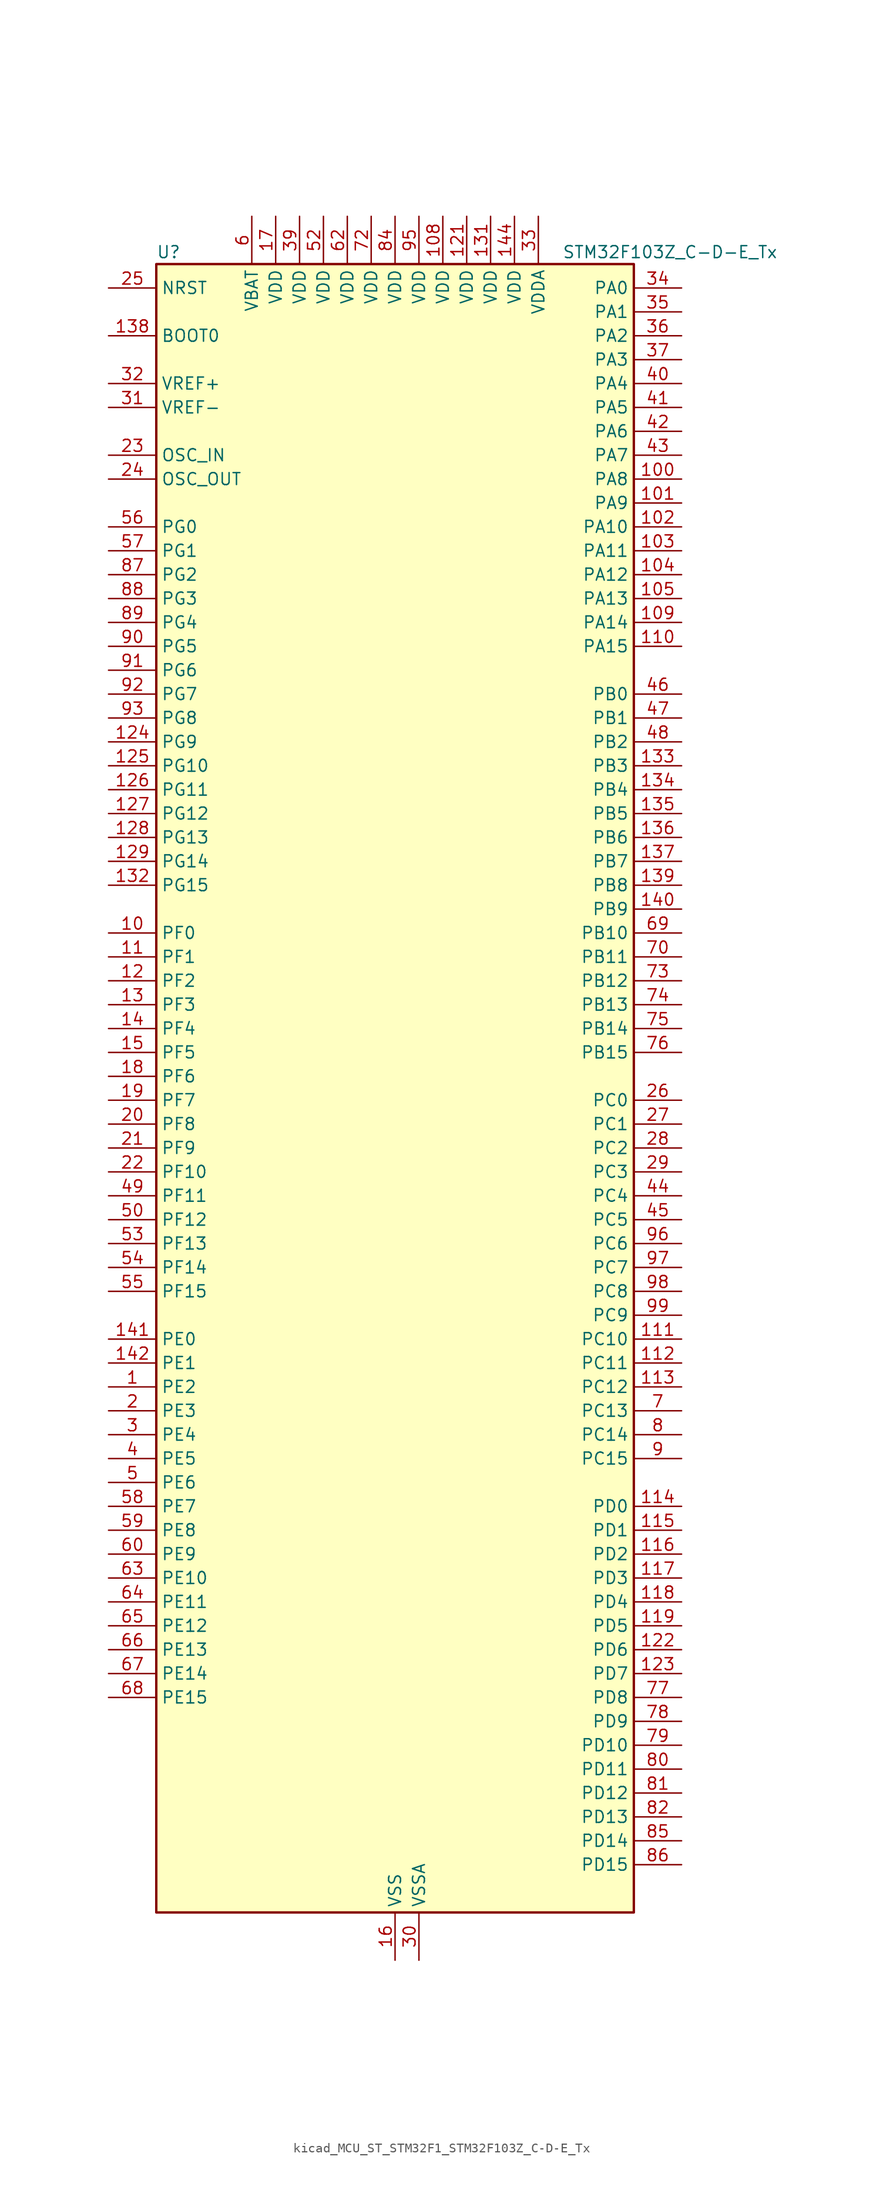
<source format=kicad_sym>
(kicad_symbol_lib
  (version 20220914)
  (generator kicad_symbol_editor)
  (symbol "kicad_MCU_ST_STM32F1_STM32F103Z_C-D-E_Tx"
    (property "Reference" "U"
      (at -25.4 90.17 0)
      (effects (font (size 1.27 1.27)) (justify left)))
    (property "Value" "STM32F103Z_C-D-E_Tx"
      (at 17.78 90.17 0)
      (effects (font (size 1.27 1.27)) (justify left)))
    (property "ki_locked" ""
      (at 0 0 0)
      (effects (font (size 1.27 1.27))))
    (symbol "kicad_MCU_ST_STM32F1_STM32F103Z_C-D-E_Tx_0_1"
      (rectangle (start -25.4 -86.36) (end 25.4 88.9) (stroke (width 0.254) (type default)) (fill (type background))))
    (symbol "kicad_MCU_ST_STM32F1_STM32F103Z_C-D-E_Tx_1_1"
      (pin bidirectional line (at -30.48 -30.48 0) (length 5.08) (name "PE2" (effects (font (size 1.27 1.27)))) (number "1" (effects (font (size 1.27 1.27)))) (alternate "FSMC_A23" bidirectional line) (alternate "SYS_TRACECLK" bidirectional line))
      (pin bidirectional line (at -30.48 17.78 0) (length 5.08) (name "PF0" (effects (font (size 1.27 1.27)))) (number "10" (effects (font (size 1.27 1.27)))) (alternate "FSMC_A0" bidirectional line))
      (pin bidirectional line (at 30.48 66.04 180) (length 5.08) (name "PA8" (effects (font (size 1.27 1.27)))) (number "100" (effects (font (size 1.27 1.27)))) (alternate "RCC_MCO" bidirectional line) (alternate "TIM1_CH1" bidirectional line) (alternate "USART1_CK" bidirectional line))
      (pin bidirectional line (at 30.48 63.5 180) (length 5.08) (name "PA9" (effects (font (size 1.27 1.27)))) (number "101" (effects (font (size 1.27 1.27)))) (alternate "DAC_EXTI9" bidirectional line) (alternate "TIM1_CH2" bidirectional line) (alternate "USART1_TX" bidirectional line))
      (pin bidirectional line (at 30.48 60.96 180) (length 5.08) (name "PA10" (effects (font (size 1.27 1.27)))) (number "102" (effects (font (size 1.27 1.27)))) (alternate "TIM1_CH3" bidirectional line) (alternate "USART1_RX" bidirectional line))
      (pin bidirectional line (at 30.48 58.42 180) (length 5.08) (name "PA11" (effects (font (size 1.27 1.27)))) (number "103" (effects (font (size 1.27 1.27)))) (alternate "ADC1_EXTI11" bidirectional line) (alternate "ADC2_EXTI11" bidirectional line) (alternate "CAN_RX" bidirectional line) (alternate "TIM1_CH4" bidirectional line) (alternate "USART1_CTS" bidirectional line) (alternate "USB_DM" bidirectional line))
      (pin bidirectional line (at 30.48 55.88 180) (length 5.08) (name "PA12" (effects (font (size 1.27 1.27)))) (number "104" (effects (font (size 1.27 1.27)))) (alternate "CAN_TX" bidirectional line) (alternate "TIM1_ETR" bidirectional line) (alternate "USART1_RTS" bidirectional line) (alternate "USB_DP" bidirectional line))
      (pin bidirectional line (at 30.48 53.34 180) (length 5.08) (name "PA13" (effects (font (size 1.27 1.27)))) (number "105" (effects (font (size 1.27 1.27)))) (alternate "SYS_JTMS-SWDIO" bidirectional line))
      (pin no_connect line (at -25.4 -86.36 0) (length 5.08) hide (name "NC" (effects (font (size 1.27 1.27)))) (number "106" (effects (font (size 1.27 1.27)))))
      (pin passive line (at 0 -91.44 90) (length 5.08) hide (name "VSS" (effects (font (size 1.27 1.27)))) (number "107" (effects (font (size 1.27 1.27)))))
      (pin power_in line (at 5.08 93.98 270) (length 5.08) (name "VDD" (effects (font (size 1.27 1.27)))) (number "108" (effects (font (size 1.27 1.27)))))
      (pin bidirectional line (at 30.48 50.8 180) (length 5.08) (name "PA14" (effects (font (size 1.27 1.27)))) (number "109" (effects (font (size 1.27 1.27)))) (alternate "SYS_JTCK-SWCLK" bidirectional line))
      (pin bidirectional line (at -30.48 15.24 0) (length 5.08) (name "PF1" (effects (font (size 1.27 1.27)))) (number "11" (effects (font (size 1.27 1.27)))) (alternate "FSMC_A1" bidirectional line))
      (pin bidirectional line (at 30.48 48.26 180) (length 5.08) (name "PA15" (effects (font (size 1.27 1.27)))) (number "110" (effects (font (size 1.27 1.27)))) (alternate "ADC1_EXTI15" bidirectional line) (alternate "ADC2_EXTI15" bidirectional line) (alternate "I2S3_WS" bidirectional line) (alternate "SPI1_NSS" bidirectional line) (alternate "SPI3_NSS" bidirectional line) (alternate "SYS_JTDI" bidirectional line) (alternate "TIM2_CH1" bidirectional line) (alternate "TIM2_ETR" bidirectional line))
      (pin bidirectional line (at 30.48 -25.4 180) (length 5.08) (name "PC10" (effects (font (size 1.27 1.27)))) (number "111" (effects (font (size 1.27 1.27)))) (alternate "SDIO_D2" bidirectional line) (alternate "UART4_TX" bidirectional line) (alternate "USART3_TX" bidirectional line))
      (pin bidirectional line (at 30.48 -27.94 180) (length 5.08) (name "PC11" (effects (font (size 1.27 1.27)))) (number "112" (effects (font (size 1.27 1.27)))) (alternate "ADC1_EXTI11" bidirectional line) (alternate "ADC2_EXTI11" bidirectional line) (alternate "SDIO_D3" bidirectional line) (alternate "UART4_RX" bidirectional line) (alternate "USART3_RX" bidirectional line))
      (pin bidirectional line (at 30.48 -30.48 180) (length 5.08) (name "PC12" (effects (font (size 1.27 1.27)))) (number "113" (effects (font (size 1.27 1.27)))) (alternate "SDIO_CK" bidirectional line) (alternate "UART5_TX" bidirectional line) (alternate "USART3_CK" bidirectional line))
      (pin bidirectional line (at 30.48 -43.18 180) (length 5.08) (name "PD0" (effects (font (size 1.27 1.27)))) (number "114" (effects (font (size 1.27 1.27)))) (alternate "CAN_RX" bidirectional line) (alternate "FSMC_D2" bidirectional line) (alternate "FSMC_DA2" bidirectional line))
      (pin bidirectional line (at 30.48 -45.72 180) (length 5.08) (name "PD1" (effects (font (size 1.27 1.27)))) (number "115" (effects (font (size 1.27 1.27)))) (alternate "CAN_TX" bidirectional line) (alternate "FSMC_D3" bidirectional line) (alternate "FSMC_DA3" bidirectional line))
      (pin bidirectional line (at 30.48 -48.26 180) (length 5.08) (name "PD2" (effects (font (size 1.27 1.27)))) (number "116" (effects (font (size 1.27 1.27)))) (alternate "SDIO_CMD" bidirectional line) (alternate "TIM3_ETR" bidirectional line) (alternate "UART5_RX" bidirectional line))
      (pin bidirectional line (at 30.48 -50.8 180) (length 5.08) (name "PD3" (effects (font (size 1.27 1.27)))) (number "117" (effects (font (size 1.27 1.27)))) (alternate "FSMC_CLK" bidirectional line) (alternate "USART2_CTS" bidirectional line))
      (pin bidirectional line (at 30.48 -53.34 180) (length 5.08) (name "PD4" (effects (font (size 1.27 1.27)))) (number "118" (effects (font (size 1.27 1.27)))) (alternate "FSMC_NOE" bidirectional line) (alternate "USART2_RTS" bidirectional line))
      (pin bidirectional line (at 30.48 -55.88 180) (length 5.08) (name "PD5" (effects (font (size 1.27 1.27)))) (number "119" (effects (font (size 1.27 1.27)))) (alternate "FSMC_NWE" bidirectional line) (alternate "USART2_TX" bidirectional line))
      (pin bidirectional line (at -30.48 12.7 0) (length 5.08) (name "PF2" (effects (font (size 1.27 1.27)))) (number "12" (effects (font (size 1.27 1.27)))) (alternate "FSMC_A2" bidirectional line))
      (pin passive line (at 0 -91.44 90) (length 5.08) hide (name "VSS" (effects (font (size 1.27 1.27)))) (number "120" (effects (font (size 1.27 1.27)))))
      (pin power_in line (at 7.62 93.98 270) (length 5.08) (name "VDD" (effects (font (size 1.27 1.27)))) (number "121" (effects (font (size 1.27 1.27)))))
      (pin bidirectional line (at 30.48 -58.42 180) (length 5.08) (name "PD6" (effects (font (size 1.27 1.27)))) (number "122" (effects (font (size 1.27 1.27)))) (alternate "FSMC_NWAIT" bidirectional line) (alternate "USART2_RX" bidirectional line))
      (pin bidirectional line (at 30.48 -60.96 180) (length 5.08) (name "PD7" (effects (font (size 1.27 1.27)))) (number "123" (effects (font (size 1.27 1.27)))) (alternate "FSMC_NCE2" bidirectional line) (alternate "FSMC_NE1" bidirectional line) (alternate "USART2_CK" bidirectional line))
      (pin bidirectional line (at -30.48 38.1 0) (length 5.08) (name "PG9" (effects (font (size 1.27 1.27)))) (number "124" (effects (font (size 1.27 1.27)))) (alternate "DAC_EXTI9" bidirectional line) (alternate "FSMC_NCE3" bidirectional line) (alternate "FSMC_NE2" bidirectional line))
      (pin bidirectional line (at -30.48 35.56 0) (length 5.08) (name "PG10" (effects (font (size 1.27 1.27)))) (number "125" (effects (font (size 1.27 1.27)))) (alternate "FSMC_NCE4_1" bidirectional line) (alternate "FSMC_NE3" bidirectional line))
      (pin bidirectional line (at -30.48 33.02 0) (length 5.08) (name "PG11" (effects (font (size 1.27 1.27)))) (number "126" (effects (font (size 1.27 1.27)))) (alternate "ADC1_EXTI11" bidirectional line) (alternate "ADC2_EXTI11" bidirectional line) (alternate "FSMC_NCE4_2" bidirectional line))
      (pin bidirectional line (at -30.48 30.48 0) (length 5.08) (name "PG12" (effects (font (size 1.27 1.27)))) (number "127" (effects (font (size 1.27 1.27)))) (alternate "FSMC_NE4" bidirectional line))
      (pin bidirectional line (at -30.48 27.94 0) (length 5.08) (name "PG13" (effects (font (size 1.27 1.27)))) (number "128" (effects (font (size 1.27 1.27)))) (alternate "FSMC_A24" bidirectional line))
      (pin bidirectional line (at -30.48 25.4 0) (length 5.08) (name "PG14" (effects (font (size 1.27 1.27)))) (number "129" (effects (font (size 1.27 1.27)))) (alternate "FSMC_A25" bidirectional line))
      (pin bidirectional line (at -30.48 10.16 0) (length 5.08) (name "PF3" (effects (font (size 1.27 1.27)))) (number "13" (effects (font (size 1.27 1.27)))) (alternate "FSMC_A3" bidirectional line))
      (pin passive line (at 0 -91.44 90) (length 5.08) hide (name "VSS" (effects (font (size 1.27 1.27)))) (number "130" (effects (font (size 1.27 1.27)))))
      (pin power_in line (at 10.16 93.98 270) (length 5.08) (name "VDD" (effects (font (size 1.27 1.27)))) (number "131" (effects (font (size 1.27 1.27)))))
      (pin bidirectional line (at -30.48 22.86 0) (length 5.08) (name "PG15" (effects (font (size 1.27 1.27)))) (number "132" (effects (font (size 1.27 1.27)))) (alternate "ADC1_EXTI15" bidirectional line) (alternate "ADC2_EXTI15" bidirectional line))
      (pin bidirectional line (at 30.48 35.56 180) (length 5.08) (name "PB3" (effects (font (size 1.27 1.27)))) (number "133" (effects (font (size 1.27 1.27)))) (alternate "I2S3_CK" bidirectional line) (alternate "SPI1_SCK" bidirectional line) (alternate "SPI3_SCK" bidirectional line) (alternate "SYS_JTDO-TRACESWO" bidirectional line) (alternate "TIM2_CH2" bidirectional line))
      (pin bidirectional line (at 30.48 33.02 180) (length 5.08) (name "PB4" (effects (font (size 1.27 1.27)))) (number "134" (effects (font (size 1.27 1.27)))) (alternate "SPI1_MISO" bidirectional line) (alternate "SPI3_MISO" bidirectional line) (alternate "SYS_NJTRST" bidirectional line) (alternate "TIM3_CH1" bidirectional line))
      (pin bidirectional line (at 30.48 30.48 180) (length 5.08) (name "PB5" (effects (font (size 1.27 1.27)))) (number "135" (effects (font (size 1.27 1.27)))) (alternate "I2C1_SMBA" bidirectional line) (alternate "I2S3_SD" bidirectional line) (alternate "SPI1_MOSI" bidirectional line) (alternate "SPI3_MOSI" bidirectional line) (alternate "TIM3_CH2" bidirectional line))
      (pin bidirectional line (at 30.48 27.94 180) (length 5.08) (name "PB6" (effects (font (size 1.27 1.27)))) (number "136" (effects (font (size 1.27 1.27)))) (alternate "I2C1_SCL" bidirectional line) (alternate "TIM4_CH1" bidirectional line) (alternate "USART1_TX" bidirectional line))
      (pin bidirectional line (at 30.48 25.4 180) (length 5.08) (name "PB7" (effects (font (size 1.27 1.27)))) (number "137" (effects (font (size 1.27 1.27)))) (alternate "FSMC_NL" bidirectional line) (alternate "I2C1_SDA" bidirectional line) (alternate "TIM4_CH2" bidirectional line) (alternate "USART1_RX" bidirectional line))
      (pin input line (at -30.48 81.28 0) (length 5.08) (name "BOOT0" (effects (font (size 1.27 1.27)))) (number "138" (effects (font (size 1.27 1.27)))))
      (pin bidirectional line (at 30.48 22.86 180) (length 5.08) (name "PB8" (effects (font (size 1.27 1.27)))) (number "139" (effects (font (size 1.27 1.27)))) (alternate "CAN_RX" bidirectional line) (alternate "I2C1_SCL" bidirectional line) (alternate "SDIO_D4" bidirectional line) (alternate "TIM4_CH3" bidirectional line))
      (pin bidirectional line (at -30.48 7.62 0) (length 5.08) (name "PF4" (effects (font (size 1.27 1.27)))) (number "14" (effects (font (size 1.27 1.27)))) (alternate "FSMC_A4" bidirectional line))
      (pin bidirectional line (at 30.48 20.32 180) (length 5.08) (name "PB9" (effects (font (size 1.27 1.27)))) (number "140" (effects (font (size 1.27 1.27)))) (alternate "CAN_TX" bidirectional line) (alternate "DAC_EXTI9" bidirectional line) (alternate "I2C1_SDA" bidirectional line) (alternate "SDIO_D5" bidirectional line) (alternate "TIM4_CH4" bidirectional line))
      (pin bidirectional line (at -30.48 -25.4 0) (length 5.08) (name "PE0" (effects (font (size 1.27 1.27)))) (number "141" (effects (font (size 1.27 1.27)))) (alternate "FSMC_NBL0" bidirectional line) (alternate "TIM4_ETR" bidirectional line))
      (pin bidirectional line (at -30.48 -27.94 0) (length 5.08) (name "PE1" (effects (font (size 1.27 1.27)))) (number "142" (effects (font (size 1.27 1.27)))) (alternate "FSMC_NBL1" bidirectional line))
      (pin passive line (at 0 -91.44 90) (length 5.08) hide (name "VSS" (effects (font (size 1.27 1.27)))) (number "143" (effects (font (size 1.27 1.27)))))
      (pin power_in line (at 12.7 93.98 270) (length 5.08) (name "VDD" (effects (font (size 1.27 1.27)))) (number "144" (effects (font (size 1.27 1.27)))))
      (pin bidirectional line (at -30.48 5.08 0) (length 5.08) (name "PF5" (effects (font (size 1.27 1.27)))) (number "15" (effects (font (size 1.27 1.27)))) (alternate "FSMC_A5" bidirectional line))
      (pin power_in line (at 0 -91.44 90) (length 5.08) (name "VSS" (effects (font (size 1.27 1.27)))) (number "16" (effects (font (size 1.27 1.27)))))
      (pin power_in line (at -12.7 93.98 270) (length 5.08) (name "VDD" (effects (font (size 1.27 1.27)))) (number "17" (effects (font (size 1.27 1.27)))))
      (pin bidirectional line (at -30.48 2.54 0) (length 5.08) (name "PF6" (effects (font (size 1.27 1.27)))) (number "18" (effects (font (size 1.27 1.27)))) (alternate "ADC3_IN4" bidirectional line) (alternate "FSMC_NIORD" bidirectional line))
      (pin bidirectional line (at -30.48 0 0) (length 5.08) (name "PF7" (effects (font (size 1.27 1.27)))) (number "19" (effects (font (size 1.27 1.27)))) (alternate "ADC3_IN5" bidirectional line) (alternate "FSMC_NREG" bidirectional line))
      (pin bidirectional line (at -30.48 -33.02 0) (length 5.08) (name "PE3" (effects (font (size 1.27 1.27)))) (number "2" (effects (font (size 1.27 1.27)))) (alternate "FSMC_A19" bidirectional line) (alternate "SYS_TRACED0" bidirectional line))
      (pin bidirectional line (at -30.48 -2.54 0) (length 5.08) (name "PF8" (effects (font (size 1.27 1.27)))) (number "20" (effects (font (size 1.27 1.27)))) (alternate "ADC3_IN6" bidirectional line) (alternate "FSMC_NIOWR" bidirectional line))
      (pin bidirectional line (at -30.48 -5.08 0) (length 5.08) (name "PF9" (effects (font (size 1.27 1.27)))) (number "21" (effects (font (size 1.27 1.27)))) (alternate "ADC3_IN7" bidirectional line) (alternate "DAC_EXTI9" bidirectional line) (alternate "FSMC_CD" bidirectional line))
      (pin bidirectional line (at -30.48 -7.62 0) (length 5.08) (name "PF10" (effects (font (size 1.27 1.27)))) (number "22" (effects (font (size 1.27 1.27)))) (alternate "ADC3_IN8" bidirectional line) (alternate "FSMC_INTR" bidirectional line))
      (pin input line (at -30.48 68.58 0) (length 5.08) (name "OSC_IN" (effects (font (size 1.27 1.27)))) (number "23" (effects (font (size 1.27 1.27)))) (alternate "RCC_OSC_IN" bidirectional line))
      (pin input line (at -30.48 66.04 0) (length 5.08) (name "OSC_OUT" (effects (font (size 1.27 1.27)))) (number "24" (effects (font (size 1.27 1.27)))) (alternate "RCC_OSC_OUT" bidirectional line))
      (pin input line (at -30.48 86.36 0) (length 5.08) (name "NRST" (effects (font (size 1.27 1.27)))) (number "25" (effects (font (size 1.27 1.27)))))
      (pin bidirectional line (at 30.48 0 180) (length 5.08) (name "PC0" (effects (font (size 1.27 1.27)))) (number "26" (effects (font (size 1.27 1.27)))) (alternate "ADC1_IN10" bidirectional line) (alternate "ADC2_IN10" bidirectional line) (alternate "ADC3_IN10" bidirectional line))
      (pin bidirectional line (at 30.48 -2.54 180) (length 5.08) (name "PC1" (effects (font (size 1.27 1.27)))) (number "27" (effects (font (size 1.27 1.27)))) (alternate "ADC1_IN11" bidirectional line) (alternate "ADC2_IN11" bidirectional line) (alternate "ADC3_IN11" bidirectional line))
      (pin bidirectional line (at 30.48 -5.08 180) (length 5.08) (name "PC2" (effects (font (size 1.27 1.27)))) (number "28" (effects (font (size 1.27 1.27)))) (alternate "ADC1_IN12" bidirectional line) (alternate "ADC2_IN12" bidirectional line) (alternate "ADC3_IN12" bidirectional line))
      (pin bidirectional line (at 30.48 -7.62 180) (length 5.08) (name "PC3" (effects (font (size 1.27 1.27)))) (number "29" (effects (font (size 1.27 1.27)))) (alternate "ADC1_IN13" bidirectional line) (alternate "ADC2_IN13" bidirectional line) (alternate "ADC3_IN13" bidirectional line))
      (pin bidirectional line (at -30.48 -35.56 0) (length 5.08) (name "PE4" (effects (font (size 1.27 1.27)))) (number "3" (effects (font (size 1.27 1.27)))) (alternate "FSMC_A20" bidirectional line) (alternate "SYS_TRACED1" bidirectional line))
      (pin power_in line (at 2.54 -91.44 90) (length 5.08) (name "VSSA" (effects (font (size 1.27 1.27)))) (number "30" (effects (font (size 1.27 1.27)))))
      (pin input line (at -30.48 73.66 0) (length 5.08) (name "VREF-" (effects (font (size 1.27 1.27)))) (number "31" (effects (font (size 1.27 1.27)))))
      (pin input line (at -30.48 76.2 0) (length 5.08) (name "VREF+" (effects (font (size 1.27 1.27)))) (number "32" (effects (font (size 1.27 1.27)))))
      (pin power_in line (at 15.24 93.98 270) (length 5.08) (name "VDDA" (effects (font (size 1.27 1.27)))) (number "33" (effects (font (size 1.27 1.27)))))
      (pin bidirectional line (at 30.48 86.36 180) (length 5.08) (name "PA0" (effects (font (size 1.27 1.27)))) (number "34" (effects (font (size 1.27 1.27)))) (alternate "ADC1_IN0" bidirectional line) (alternate "ADC2_IN0" bidirectional line) (alternate "ADC3_IN0" bidirectional line) (alternate "SYS_WKUP" bidirectional line) (alternate "TIM2_CH1" bidirectional line) (alternate "TIM2_ETR" bidirectional line) (alternate "TIM5_CH1" bidirectional line) (alternate "TIM8_ETR" bidirectional line) (alternate "USART2_CTS" bidirectional line))
      (pin bidirectional line (at 30.48 83.82 180) (length 5.08) (name "PA1" (effects (font (size 1.27 1.27)))) (number "35" (effects (font (size 1.27 1.27)))) (alternate "ADC1_IN1" bidirectional line) (alternate "ADC2_IN1" bidirectional line) (alternate "ADC3_IN1" bidirectional line) (alternate "TIM2_CH2" bidirectional line) (alternate "TIM5_CH2" bidirectional line) (alternate "USART2_RTS" bidirectional line))
      (pin bidirectional line (at 30.48 81.28 180) (length 5.08) (name "PA2" (effects (font (size 1.27 1.27)))) (number "36" (effects (font (size 1.27 1.27)))) (alternate "ADC1_IN2" bidirectional line) (alternate "ADC2_IN2" bidirectional line) (alternate "ADC3_IN2" bidirectional line) (alternate "TIM2_CH3" bidirectional line) (alternate "TIM5_CH3" bidirectional line) (alternate "USART2_TX" bidirectional line))
      (pin bidirectional line (at 30.48 78.74 180) (length 5.08) (name "PA3" (effects (font (size 1.27 1.27)))) (number "37" (effects (font (size 1.27 1.27)))) (alternate "ADC1_IN3" bidirectional line) (alternate "ADC2_IN3" bidirectional line) (alternate "ADC3_IN3" bidirectional line) (alternate "TIM2_CH4" bidirectional line) (alternate "TIM5_CH4" bidirectional line) (alternate "USART2_RX" bidirectional line))
      (pin passive line (at 0 -91.44 90) (length 5.08) hide (name "VSS" (effects (font (size 1.27 1.27)))) (number "38" (effects (font (size 1.27 1.27)))))
      (pin power_in line (at -10.16 93.98 270) (length 5.08) (name "VDD" (effects (font (size 1.27 1.27)))) (number "39" (effects (font (size 1.27 1.27)))))
      (pin bidirectional line (at -30.48 -38.1 0) (length 5.08) (name "PE5" (effects (font (size 1.27 1.27)))) (number "4" (effects (font (size 1.27 1.27)))) (alternate "FSMC_A21" bidirectional line) (alternate "SYS_TRACED2" bidirectional line))
      (pin bidirectional line (at 30.48 76.2 180) (length 5.08) (name "PA4" (effects (font (size 1.27 1.27)))) (number "40" (effects (font (size 1.27 1.27)))) (alternate "ADC1_IN4" bidirectional line) (alternate "ADC2_IN4" bidirectional line) (alternate "DAC_OUT1" bidirectional line) (alternate "SPI1_NSS" bidirectional line) (alternate "USART2_CK" bidirectional line))
      (pin bidirectional line (at 30.48 73.66 180) (length 5.08) (name "PA5" (effects (font (size 1.27 1.27)))) (number "41" (effects (font (size 1.27 1.27)))) (alternate "ADC1_IN5" bidirectional line) (alternate "ADC2_IN5" bidirectional line) (alternate "DAC_OUT2" bidirectional line) (alternate "SPI1_SCK" bidirectional line))
      (pin bidirectional line (at 30.48 71.12 180) (length 5.08) (name "PA6" (effects (font (size 1.27 1.27)))) (number "42" (effects (font (size 1.27 1.27)))) (alternate "ADC1_IN6" bidirectional line) (alternate "ADC2_IN6" bidirectional line) (alternate "SPI1_MISO" bidirectional line) (alternate "TIM1_BKIN" bidirectional line) (alternate "TIM3_CH1" bidirectional line) (alternate "TIM8_BKIN" bidirectional line))
      (pin bidirectional line (at 30.48 68.58 180) (length 5.08) (name "PA7" (effects (font (size 1.27 1.27)))) (number "43" (effects (font (size 1.27 1.27)))) (alternate "ADC1_IN7" bidirectional line) (alternate "ADC2_IN7" bidirectional line) (alternate "SPI1_MOSI" bidirectional line) (alternate "TIM1_CH1N" bidirectional line) (alternate "TIM3_CH2" bidirectional line) (alternate "TIM8_CH1N" bidirectional line))
      (pin bidirectional line (at 30.48 -10.16 180) (length 5.08) (name "PC4" (effects (font (size 1.27 1.27)))) (number "44" (effects (font (size 1.27 1.27)))) (alternate "ADC1_IN14" bidirectional line) (alternate "ADC2_IN14" bidirectional line))
      (pin bidirectional line (at 30.48 -12.7 180) (length 5.08) (name "PC5" (effects (font (size 1.27 1.27)))) (number "45" (effects (font (size 1.27 1.27)))) (alternate "ADC1_IN15" bidirectional line) (alternate "ADC2_IN15" bidirectional line))
      (pin bidirectional line (at 30.48 43.18 180) (length 5.08) (name "PB0" (effects (font (size 1.27 1.27)))) (number "46" (effects (font (size 1.27 1.27)))) (alternate "ADC1_IN8" bidirectional line) (alternate "ADC2_IN8" bidirectional line) (alternate "TIM1_CH2N" bidirectional line) (alternate "TIM3_CH3" bidirectional line) (alternate "TIM8_CH2N" bidirectional line))
      (pin bidirectional line (at 30.48 40.64 180) (length 5.08) (name "PB1" (effects (font (size 1.27 1.27)))) (number "47" (effects (font (size 1.27 1.27)))) (alternate "ADC1_IN9" bidirectional line) (alternate "ADC2_IN9" bidirectional line) (alternate "TIM1_CH3N" bidirectional line) (alternate "TIM3_CH4" bidirectional line) (alternate "TIM8_CH3N" bidirectional line))
      (pin bidirectional line (at 30.48 38.1 180) (length 5.08) (name "PB2" (effects (font (size 1.27 1.27)))) (number "48" (effects (font (size 1.27 1.27)))))
      (pin bidirectional line (at -30.48 -10.16 0) (length 5.08) (name "PF11" (effects (font (size 1.27 1.27)))) (number "49" (effects (font (size 1.27 1.27)))) (alternate "ADC1_EXTI11" bidirectional line) (alternate "ADC2_EXTI11" bidirectional line) (alternate "FSMC_NIOS16" bidirectional line))
      (pin bidirectional line (at -30.48 -40.64 0) (length 5.08) (name "PE6" (effects (font (size 1.27 1.27)))) (number "5" (effects (font (size 1.27 1.27)))) (alternate "FSMC_A22" bidirectional line) (alternate "SYS_TRACED3" bidirectional line))
      (pin bidirectional line (at -30.48 -12.7 0) (length 5.08) (name "PF12" (effects (font (size 1.27 1.27)))) (number "50" (effects (font (size 1.27 1.27)))) (alternate "FSMC_A6" bidirectional line))
      (pin passive line (at 0 -91.44 90) (length 5.08) hide (name "VSS" (effects (font (size 1.27 1.27)))) (number "51" (effects (font (size 1.27 1.27)))))
      (pin power_in line (at -7.62 93.98 270) (length 5.08) (name "VDD" (effects (font (size 1.27 1.27)))) (number "52" (effects (font (size 1.27 1.27)))))
      (pin bidirectional line (at -30.48 -15.24 0) (length 5.08) (name "PF13" (effects (font (size 1.27 1.27)))) (number "53" (effects (font (size 1.27 1.27)))) (alternate "FSMC_A7" bidirectional line))
      (pin bidirectional line (at -30.48 -17.78 0) (length 5.08) (name "PF14" (effects (font (size 1.27 1.27)))) (number "54" (effects (font (size 1.27 1.27)))) (alternate "FSMC_A8" bidirectional line))
      (pin bidirectional line (at -30.48 -20.32 0) (length 5.08) (name "PF15" (effects (font (size 1.27 1.27)))) (number "55" (effects (font (size 1.27 1.27)))) (alternate "ADC1_EXTI15" bidirectional line) (alternate "ADC2_EXTI15" bidirectional line) (alternate "FSMC_A9" bidirectional line))
      (pin bidirectional line (at -30.48 60.96 0) (length 5.08) (name "PG0" (effects (font (size 1.27 1.27)))) (number "56" (effects (font (size 1.27 1.27)))) (alternate "FSMC_A10" bidirectional line))
      (pin bidirectional line (at -30.48 58.42 0) (length 5.08) (name "PG1" (effects (font (size 1.27 1.27)))) (number "57" (effects (font (size 1.27 1.27)))) (alternate "FSMC_A11" bidirectional line))
      (pin bidirectional line (at -30.48 -43.18 0) (length 5.08) (name "PE7" (effects (font (size 1.27 1.27)))) (number "58" (effects (font (size 1.27 1.27)))) (alternate "FSMC_D4" bidirectional line) (alternate "FSMC_DA4" bidirectional line) (alternate "TIM1_ETR" bidirectional line))
      (pin bidirectional line (at -30.48 -45.72 0) (length 5.08) (name "PE8" (effects (font (size 1.27 1.27)))) (number "59" (effects (font (size 1.27 1.27)))) (alternate "FSMC_D5" bidirectional line) (alternate "FSMC_DA5" bidirectional line) (alternate "TIM1_CH1N" bidirectional line))
      (pin power_in line (at -15.24 93.98 270) (length 5.08) (name "VBAT" (effects (font (size 1.27 1.27)))) (number "6" (effects (font (size 1.27 1.27)))))
      (pin bidirectional line (at -30.48 -48.26 0) (length 5.08) (name "PE9" (effects (font (size 1.27 1.27)))) (number "60" (effects (font (size 1.27 1.27)))) (alternate "DAC_EXTI9" bidirectional line) (alternate "FSMC_D6" bidirectional line) (alternate "FSMC_DA6" bidirectional line) (alternate "TIM1_CH1" bidirectional line))
      (pin passive line (at 0 -91.44 90) (length 5.08) hide (name "VSS" (effects (font (size 1.27 1.27)))) (number "61" (effects (font (size 1.27 1.27)))))
      (pin power_in line (at -5.08 93.98 270) (length 5.08) (name "VDD" (effects (font (size 1.27 1.27)))) (number "62" (effects (font (size 1.27 1.27)))))
      (pin bidirectional line (at -30.48 -50.8 0) (length 5.08) (name "PE10" (effects (font (size 1.27 1.27)))) (number "63" (effects (font (size 1.27 1.27)))) (alternate "FSMC_D7" bidirectional line) (alternate "FSMC_DA7" bidirectional line) (alternate "TIM1_CH2N" bidirectional line))
      (pin bidirectional line (at -30.48 -53.34 0) (length 5.08) (name "PE11" (effects (font (size 1.27 1.27)))) (number "64" (effects (font (size 1.27 1.27)))) (alternate "ADC1_EXTI11" bidirectional line) (alternate "ADC2_EXTI11" bidirectional line) (alternate "FSMC_D8" bidirectional line) (alternate "FSMC_DA8" bidirectional line) (alternate "TIM1_CH2" bidirectional line))
      (pin bidirectional line (at -30.48 -55.88 0) (length 5.08) (name "PE12" (effects (font (size 1.27 1.27)))) (number "65" (effects (font (size 1.27 1.27)))) (alternate "FSMC_D9" bidirectional line) (alternate "FSMC_DA9" bidirectional line) (alternate "TIM1_CH3N" bidirectional line))
      (pin bidirectional line (at -30.48 -58.42 0) (length 5.08) (name "PE13" (effects (font (size 1.27 1.27)))) (number "66" (effects (font (size 1.27 1.27)))) (alternate "FSMC_D10" bidirectional line) (alternate "FSMC_DA10" bidirectional line) (alternate "TIM1_CH3" bidirectional line))
      (pin bidirectional line (at -30.48 -60.96 0) (length 5.08) (name "PE14" (effects (font (size 1.27 1.27)))) (number "67" (effects (font (size 1.27 1.27)))) (alternate "FSMC_D11" bidirectional line) (alternate "FSMC_DA11" bidirectional line) (alternate "TIM1_CH4" bidirectional line))
      (pin bidirectional line (at -30.48 -63.5 0) (length 5.08) (name "PE15" (effects (font (size 1.27 1.27)))) (number "68" (effects (font (size 1.27 1.27)))) (alternate "ADC1_EXTI15" bidirectional line) (alternate "ADC2_EXTI15" bidirectional line) (alternate "FSMC_D12" bidirectional line) (alternate "FSMC_DA12" bidirectional line) (alternate "TIM1_BKIN" bidirectional line))
      (pin bidirectional line (at 30.48 17.78 180) (length 5.08) (name "PB10" (effects (font (size 1.27 1.27)))) (number "69" (effects (font (size 1.27 1.27)))) (alternate "I2C2_SCL" bidirectional line) (alternate "TIM2_CH3" bidirectional line) (alternate "USART3_TX" bidirectional line))
      (pin bidirectional line (at 30.48 -33.02 180) (length 5.08) (name "PC13" (effects (font (size 1.27 1.27)))) (number "7" (effects (font (size 1.27 1.27)))) (alternate "RTC_OUT" bidirectional line) (alternate "RTC_TAMPER" bidirectional line))
      (pin bidirectional line (at 30.48 15.24 180) (length 5.08) (name "PB11" (effects (font (size 1.27 1.27)))) (number "70" (effects (font (size 1.27 1.27)))) (alternate "ADC1_EXTI11" bidirectional line) (alternate "ADC2_EXTI11" bidirectional line) (alternate "I2C2_SDA" bidirectional line) (alternate "TIM2_CH4" bidirectional line) (alternate "USART3_RX" bidirectional line))
      (pin passive line (at 0 -91.44 90) (length 5.08) hide (name "VSS" (effects (font (size 1.27 1.27)))) (number "71" (effects (font (size 1.27 1.27)))))
      (pin power_in line (at -2.54 93.98 270) (length 5.08) (name "VDD" (effects (font (size 1.27 1.27)))) (number "72" (effects (font (size 1.27 1.27)))))
      (pin bidirectional line (at 30.48 12.7 180) (length 5.08) (name "PB12" (effects (font (size 1.27 1.27)))) (number "73" (effects (font (size 1.27 1.27)))) (alternate "I2C2_SMBA" bidirectional line) (alternate "I2S2_WS" bidirectional line) (alternate "SPI2_NSS" bidirectional line) (alternate "TIM1_BKIN" bidirectional line) (alternate "USART3_CK" bidirectional line))
      (pin bidirectional line (at 30.48 10.16 180) (length 5.08) (name "PB13" (effects (font (size 1.27 1.27)))) (number "74" (effects (font (size 1.27 1.27)))) (alternate "I2S2_CK" bidirectional line) (alternate "SPI2_SCK" bidirectional line) (alternate "TIM1_CH1N" bidirectional line) (alternate "USART3_CTS" bidirectional line))
      (pin bidirectional line (at 30.48 7.62 180) (length 5.08) (name "PB14" (effects (font (size 1.27 1.27)))) (number "75" (effects (font (size 1.27 1.27)))) (alternate "SPI2_MISO" bidirectional line) (alternate "TIM1_CH2N" bidirectional line) (alternate "USART3_RTS" bidirectional line))
      (pin bidirectional line (at 30.48 5.08 180) (length 5.08) (name "PB15" (effects (font (size 1.27 1.27)))) (number "76" (effects (font (size 1.27 1.27)))) (alternate "ADC1_EXTI15" bidirectional line) (alternate "ADC2_EXTI15" bidirectional line) (alternate "I2S2_SD" bidirectional line) (alternate "SPI2_MOSI" bidirectional line) (alternate "TIM1_CH3N" bidirectional line))
      (pin bidirectional line (at 30.48 -63.5 180) (length 5.08) (name "PD8" (effects (font (size 1.27 1.27)))) (number "77" (effects (font (size 1.27 1.27)))) (alternate "FSMC_D13" bidirectional line) (alternate "FSMC_DA13" bidirectional line) (alternate "USART3_TX" bidirectional line))
      (pin bidirectional line (at 30.48 -66.04 180) (length 5.08) (name "PD9" (effects (font (size 1.27 1.27)))) (number "78" (effects (font (size 1.27 1.27)))) (alternate "DAC_EXTI9" bidirectional line) (alternate "FSMC_D14" bidirectional line) (alternate "FSMC_DA14" bidirectional line) (alternate "USART3_RX" bidirectional line))
      (pin bidirectional line (at 30.48 -68.58 180) (length 5.08) (name "PD10" (effects (font (size 1.27 1.27)))) (number "79" (effects (font (size 1.27 1.27)))) (alternate "FSMC_D15" bidirectional line) (alternate "FSMC_DA15" bidirectional line) (alternate "USART3_CK" bidirectional line))
      (pin bidirectional line (at 30.48 -35.56 180) (length 5.08) (name "PC14" (effects (font (size 1.27 1.27)))) (number "8" (effects (font (size 1.27 1.27)))) (alternate "RCC_OSC32_IN" bidirectional line))
      (pin bidirectional line (at 30.48 -71.12 180) (length 5.08) (name "PD11" (effects (font (size 1.27 1.27)))) (number "80" (effects (font (size 1.27 1.27)))) (alternate "ADC1_EXTI11" bidirectional line) (alternate "ADC2_EXTI11" bidirectional line) (alternate "FSMC_A16" bidirectional line) (alternate "FSMC_CLE" bidirectional line) (alternate "USART3_CTS" bidirectional line))
      (pin bidirectional line (at 30.48 -73.66 180) (length 5.08) (name "PD12" (effects (font (size 1.27 1.27)))) (number "81" (effects (font (size 1.27 1.27)))) (alternate "FSMC_A17" bidirectional line) (alternate "FSMC_ALE" bidirectional line) (alternate "TIM4_CH1" bidirectional line) (alternate "USART3_RTS" bidirectional line))
      (pin bidirectional line (at 30.48 -76.2 180) (length 5.08) (name "PD13" (effects (font (size 1.27 1.27)))) (number "82" (effects (font (size 1.27 1.27)))) (alternate "FSMC_A18" bidirectional line) (alternate "TIM4_CH2" bidirectional line))
      (pin passive line (at 0 -91.44 90) (length 5.08) hide (name "VSS" (effects (font (size 1.27 1.27)))) (number "83" (effects (font (size 1.27 1.27)))))
      (pin power_in line (at 0 93.98 270) (length 5.08) (name "VDD" (effects (font (size 1.27 1.27)))) (number "84" (effects (font (size 1.27 1.27)))))
      (pin bidirectional line (at 30.48 -78.74 180) (length 5.08) (name "PD14" (effects (font (size 1.27 1.27)))) (number "85" (effects (font (size 1.27 1.27)))) (alternate "FSMC_D0" bidirectional line) (alternate "FSMC_DA0" bidirectional line) (alternate "TIM4_CH3" bidirectional line))
      (pin bidirectional line (at 30.48 -81.28 180) (length 5.08) (name "PD15" (effects (font (size 1.27 1.27)))) (number "86" (effects (font (size 1.27 1.27)))) (alternate "ADC1_EXTI15" bidirectional line) (alternate "ADC2_EXTI15" bidirectional line) (alternate "FSMC_D1" bidirectional line) (alternate "FSMC_DA1" bidirectional line) (alternate "TIM4_CH4" bidirectional line))
      (pin bidirectional line (at -30.48 55.88 0) (length 5.08) (name "PG2" (effects (font (size 1.27 1.27)))) (number "87" (effects (font (size 1.27 1.27)))) (alternate "FSMC_A12" bidirectional line))
      (pin bidirectional line (at -30.48 53.34 0) (length 5.08) (name "PG3" (effects (font (size 1.27 1.27)))) (number "88" (effects (font (size 1.27 1.27)))) (alternate "FSMC_A13" bidirectional line))
      (pin bidirectional line (at -30.48 50.8 0) (length 5.08) (name "PG4" (effects (font (size 1.27 1.27)))) (number "89" (effects (font (size 1.27 1.27)))) (alternate "FSMC_A14" bidirectional line))
      (pin bidirectional line (at 30.48 -38.1 180) (length 5.08) (name "PC15" (effects (font (size 1.27 1.27)))) (number "9" (effects (font (size 1.27 1.27)))) (alternate "ADC1_EXTI15" bidirectional line) (alternate "ADC2_EXTI15" bidirectional line) (alternate "RCC_OSC32_OUT" bidirectional line))
      (pin bidirectional line (at -30.48 48.26 0) (length 5.08) (name "PG5" (effects (font (size 1.27 1.27)))) (number "90" (effects (font (size 1.27 1.27)))) (alternate "FSMC_A15" bidirectional line))
      (pin bidirectional line (at -30.48 45.72 0) (length 5.08) (name "PG6" (effects (font (size 1.27 1.27)))) (number "91" (effects (font (size 1.27 1.27)))) (alternate "FSMC_INT2" bidirectional line))
      (pin bidirectional line (at -30.48 43.18 0) (length 5.08) (name "PG7" (effects (font (size 1.27 1.27)))) (number "92" (effects (font (size 1.27 1.27)))) (alternate "FSMC_INT3" bidirectional line))
      (pin bidirectional line (at -30.48 40.64 0) (length 5.08) (name "PG8" (effects (font (size 1.27 1.27)))) (number "93" (effects (font (size 1.27 1.27)))))
      (pin passive line (at 0 -91.44 90) (length 5.08) hide (name "VSS" (effects (font (size 1.27 1.27)))) (number "94" (effects (font (size 1.27 1.27)))))
      (pin power_in line (at 2.54 93.98 270) (length 5.08) (name "VDD" (effects (font (size 1.27 1.27)))) (number "95" (effects (font (size 1.27 1.27)))))
      (pin bidirectional line (at 30.48 -15.24 180) (length 5.08) (name "PC6" (effects (font (size 1.27 1.27)))) (number "96" (effects (font (size 1.27 1.27)))) (alternate "I2S2_MCK" bidirectional line) (alternate "SDIO_D6" bidirectional line) (alternate "TIM3_CH1" bidirectional line) (alternate "TIM8_CH1" bidirectional line))
      (pin bidirectional line (at 30.48 -17.78 180) (length 5.08) (name "PC7" (effects (font (size 1.27 1.27)))) (number "97" (effects (font (size 1.27 1.27)))) (alternate "I2S3_MCK" bidirectional line) (alternate "SDIO_D7" bidirectional line) (alternate "TIM3_CH2" bidirectional line) (alternate "TIM8_CH2" bidirectional line))
      (pin bidirectional line (at 30.48 -20.32 180) (length 5.08) (name "PC8" (effects (font (size 1.27 1.27)))) (number "98" (effects (font (size 1.27 1.27)))) (alternate "SDIO_D0" bidirectional line) (alternate "TIM3_CH3" bidirectional line) (alternate "TIM8_CH3" bidirectional line))
      (pin bidirectional line (at 30.48 -22.86 180) (length 5.08) (name "PC9" (effects (font (size 1.27 1.27)))) (number "99" (effects (font (size 1.27 1.27)))) (alternate "DAC_EXTI9" bidirectional line) (alternate "SDIO_D1" bidirectional line) (alternate "TIM3_CH4" bidirectional line) (alternate "TIM8_CH4" bidirectional line)))))
</source>
